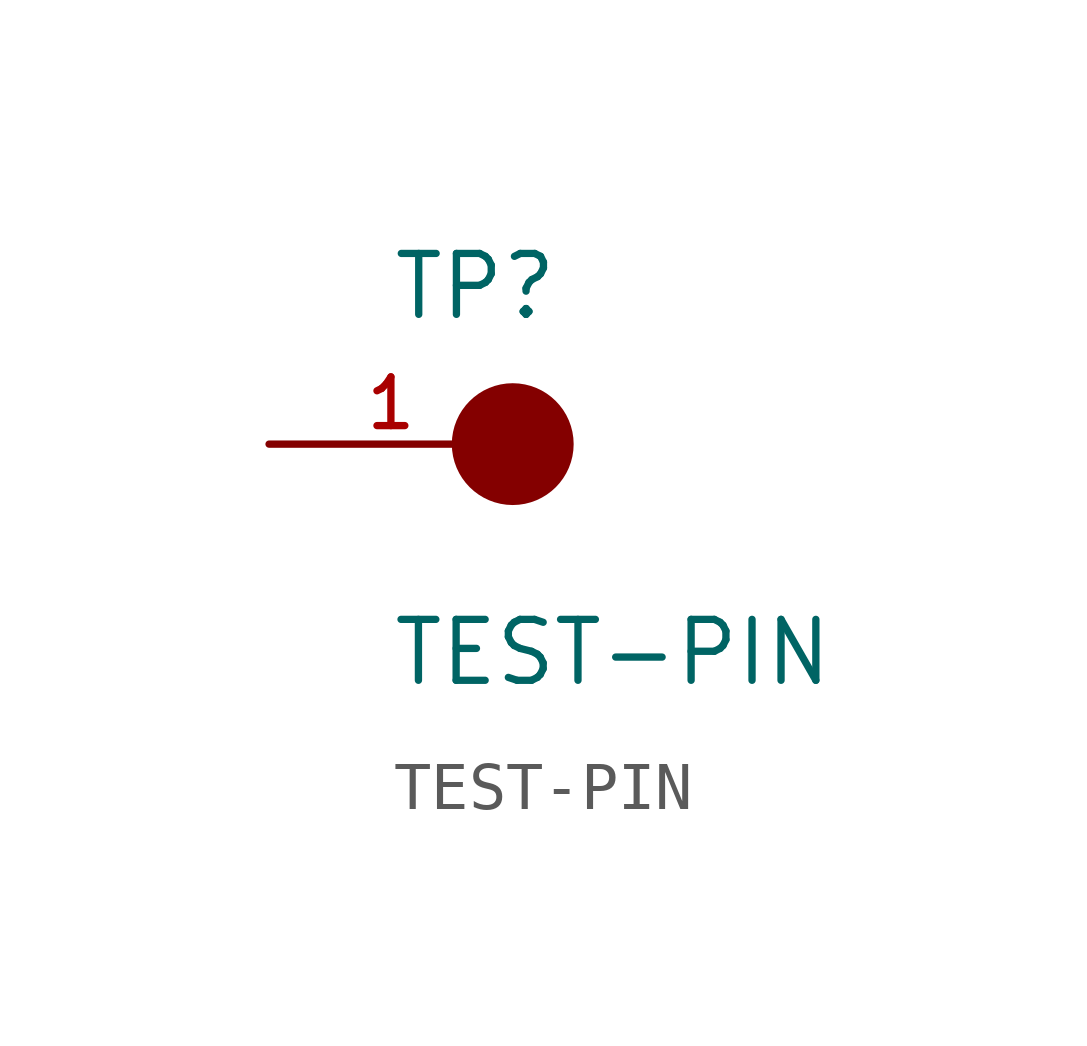
<source format=kicad_sym>
(kicad_symbol_lib
  (version 20241209)
  (generator "kicad_symbol_editor")
  (generator_version "9.0")
  (symbol "TEST-PIN"
    (pin_names
      (offset 1.016))
    (property "Reference" "TP"
      (at -2.544 2.542 0)
      (effects (font (size 1.27 1.27)) (justify left bottom)))
    (property "Value" "TEST-PIN"
      (at -2.55 -5.087 0)
      (effects (font (size 1.27 1.27)) (justify left bottom)))
    (symbol "TEST-PIN_0_0"
      (circle (center 0 0) (radius 0.635) (stroke (width 1.27) (type default)) (fill (type none)))
      (pin passive line (at -5.08 0 0) (length 5.08) (name "~" (effects (font (size 1.016 1.016)))) (number "1" (effects (font (size 1.016 1.016))))))))
</source>
